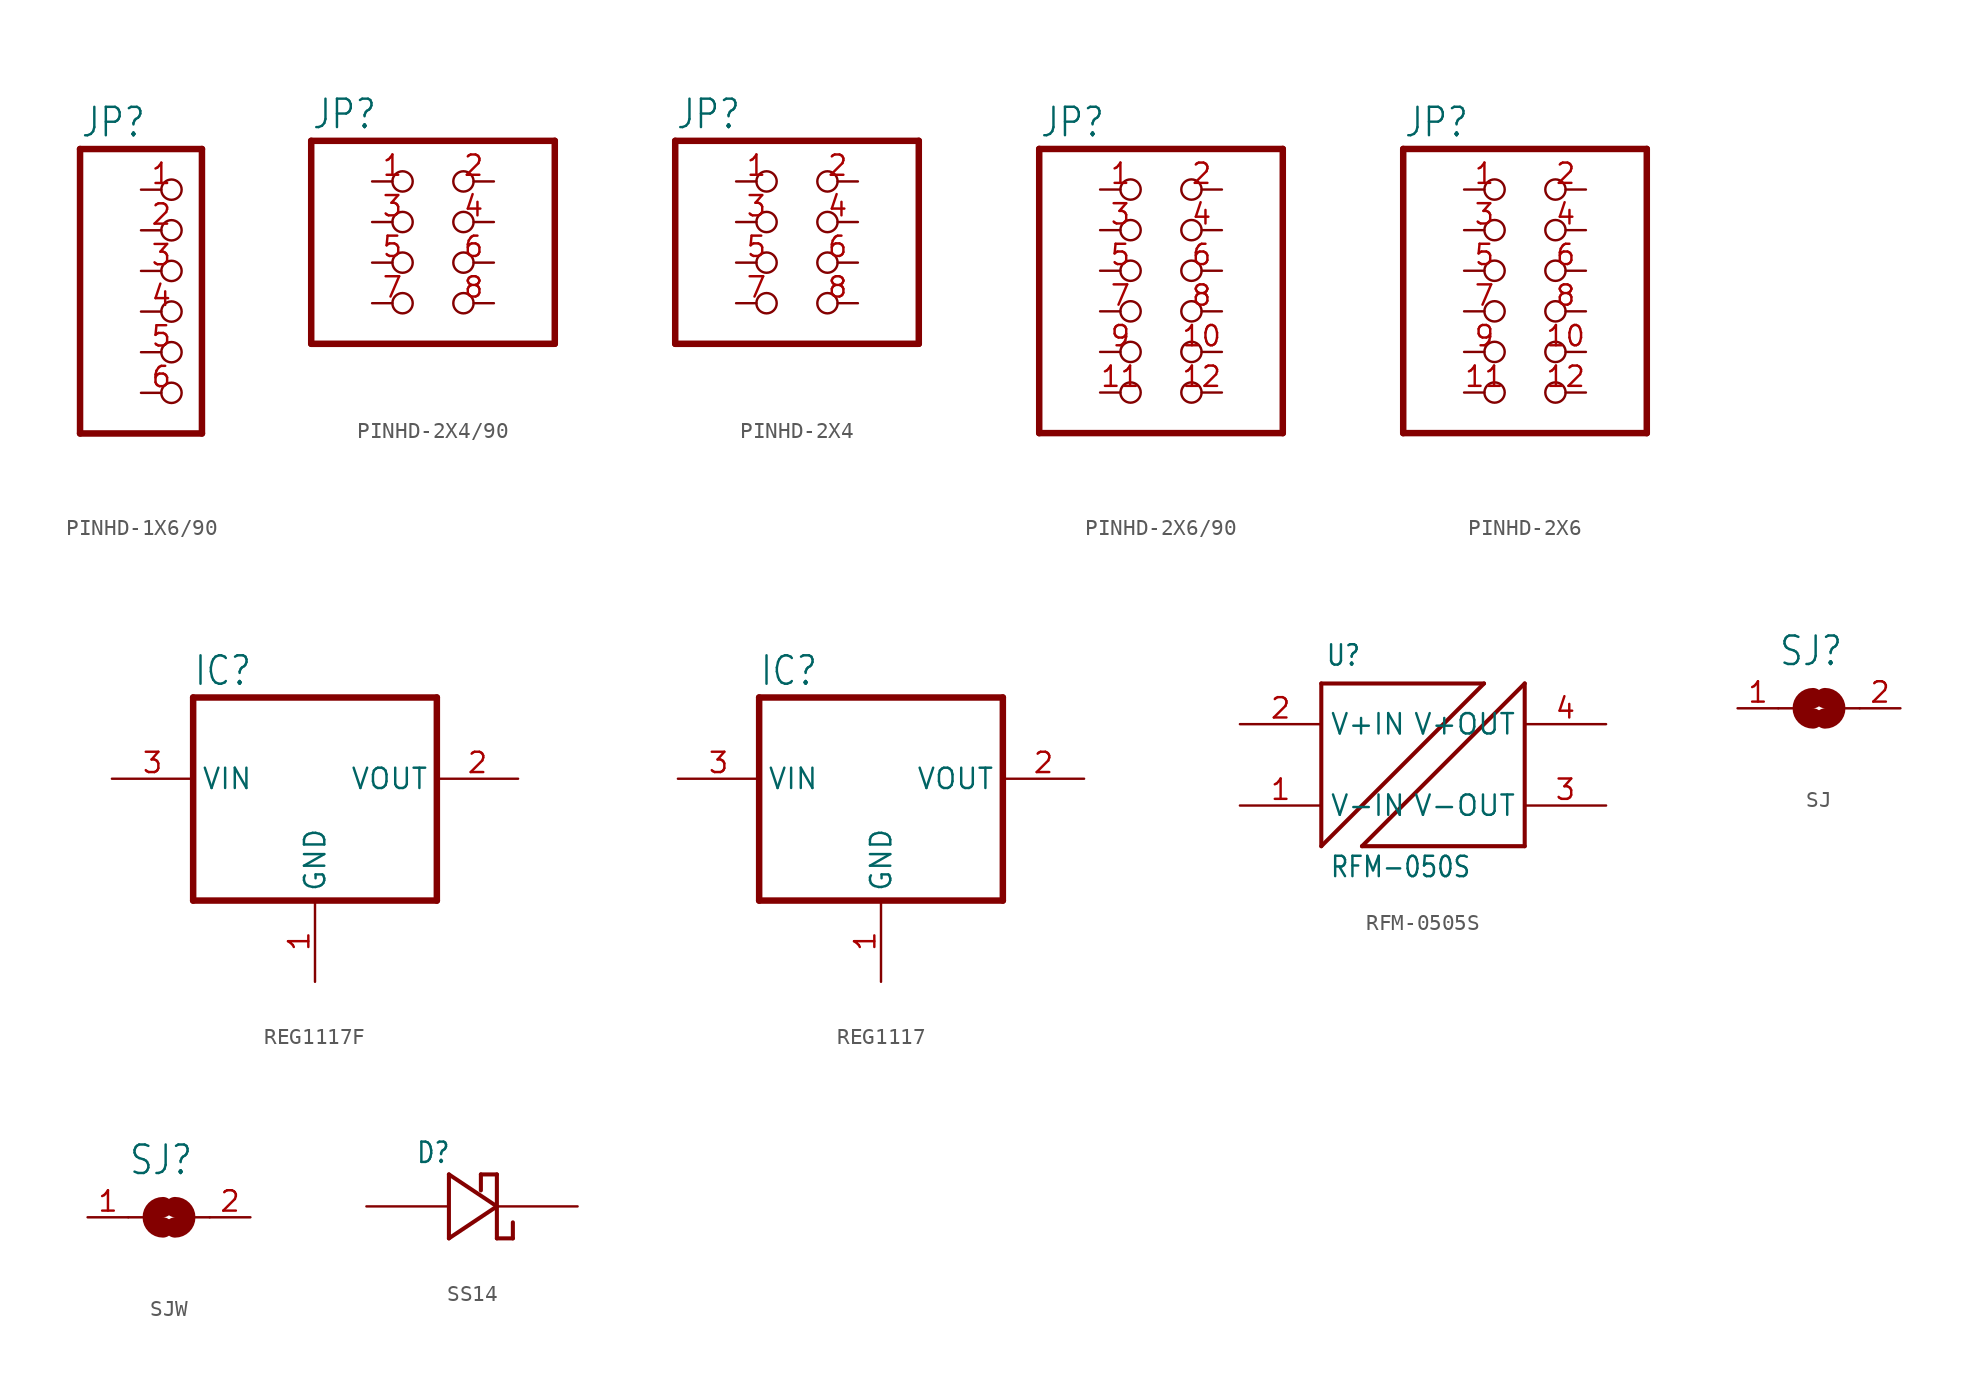
<source format=kicad_sym>
(kicad_symbol_lib
  (version 20241209)
  (generator "kicad_symbol_editor")
  (generator_version "9.0")
  (symbol "PINHD-1X6/90"
    (property "Reference" "JP"
      (at -6.35 10.795 0)
      (effects (font (size 1.778 1.511)) (justify left bottom)))
    (property "Value" ""
      (at -6.35 -10.16 0)
      (effects (font (size 1.778 1.511)) (justify left bottom)))
    (property "ki_locked" ""
      (at 0 0 0)
      (effects (font (size 1.27 1.27))))
    (symbol "PINHD-1X6/90_1_0"
      (polyline (pts (xy -6.35 10.16) (xy -6.35 -7.62)) (stroke (width 0.406) (type solid)) (fill (type none)))
      (polyline (pts (xy -6.35 -7.62) (xy 1.27 -7.62)) (stroke (width 0.406) (type solid)) (fill (type none)))
      (polyline (pts (xy 1.27 10.16) (xy -6.35 10.16)) (stroke (width 0.406) (type solid)) (fill (type none)))
      (polyline (pts (xy 1.27 -7.62) (xy 1.27 10.16)) (stroke (width 0.406) (type solid)) (fill (type none)))
      (pin passive inverted (at -2.54 7.62 0) (length 2.54) (name "1" (effects (font (size 0 0)))) (number "1" (effects (font (size 1.27 1.27)))))
      (pin passive inverted (at -2.54 5.08 0) (length 2.54) (name "2" (effects (font (size 0 0)))) (number "2" (effects (font (size 1.27 1.27)))))
      (pin passive inverted (at -2.54 2.54 0) (length 2.54) (name "3" (effects (font (size 0 0)))) (number "3" (effects (font (size 1.27 1.27)))))
      (pin passive inverted (at -2.54 0 0) (length 2.54) (name "4" (effects (font (size 0 0)))) (number "4" (effects (font (size 1.27 1.27)))))
      (pin passive inverted (at -2.54 -2.54 0) (length 2.54) (name "5" (effects (font (size 0 0)))) (number "5" (effects (font (size 1.27 1.27)))))
      (pin passive inverted (at -2.54 -5.08 0) (length 2.54) (name "6" (effects (font (size 0 0)))) (number "6" (effects (font (size 1.27 1.27)))))))
  (symbol "PINHD-2X4/90"
    (property "Reference" "JP"
      (at -6.35 8.255 0)
      (effects (font (size 1.778 1.511)) (justify left bottom)))
    (property "Value" ""
      (at -6.35 -7.62 0)
      (effects (font (size 1.778 1.511)) (justify left bottom)))
    (property "ki_locked" ""
      (at 0 0 0)
      (effects (font (size 1.27 1.27))))
    (symbol "PINHD-2X4/90_1_0"
      (polyline (pts (xy -6.35 7.62) (xy -6.35 -5.08)) (stroke (width 0.406) (type solid)) (fill (type none)))
      (polyline (pts (xy -6.35 -5.08) (xy 8.89 -5.08)) (stroke (width 0.406) (type solid)) (fill (type none)))
      (polyline (pts (xy 8.89 7.62) (xy -6.35 7.62)) (stroke (width 0.406) (type solid)) (fill (type none)))
      (polyline (pts (xy 8.89 -5.08) (xy 8.89 7.62)) (stroke (width 0.406) (type solid)) (fill (type none)))
      (pin passive inverted (at -2.54 5.08 0) (length 2.54) (name "1" (effects (font (size 0 0)))) (number "1" (effects (font (size 1.27 1.27)))))
      (pin passive inverted (at -2.54 2.54 0) (length 2.54) (name "3" (effects (font (size 0 0)))) (number "3" (effects (font (size 1.27 1.27)))))
      (pin passive inverted (at -2.54 0 0) (length 2.54) (name "5" (effects (font (size 0 0)))) (number "5" (effects (font (size 1.27 1.27)))))
      (pin passive inverted (at -2.54 -2.54 0) (length 2.54) (name "7" (effects (font (size 0 0)))) (number "7" (effects (font (size 1.27 1.27)))))
      (pin passive inverted (at 5.08 5.08 180) (length 2.54) (name "2" (effects (font (size 0 0)))) (number "2" (effects (font (size 1.27 1.27)))))
      (pin passive inverted (at 5.08 2.54 180) (length 2.54) (name "4" (effects (font (size 0 0)))) (number "4" (effects (font (size 1.27 1.27)))))
      (pin passive inverted (at 5.08 0 180) (length 2.54) (name "6" (effects (font (size 0 0)))) (number "6" (effects (font (size 1.27 1.27)))))
      (pin passive inverted (at 5.08 -2.54 180) (length 2.54) (name "8" (effects (font (size 0 0)))) (number "8" (effects (font (size 1.27 1.27)))))))
  (symbol "PINHD-2X4"
    (property "Reference" "JP"
      (at -6.35 8.255 0)
      (effects (font (size 1.778 1.511)) (justify left bottom)))
    (property "Value" ""
      (at -6.35 -7.62 0)
      (effects (font (size 1.778 1.511)) (justify left bottom)))
    (property "ki_locked" ""
      (at 0 0 0)
      (effects (font (size 1.27 1.27))))
    (symbol "PINHD-2X4_1_0"
      (polyline (pts (xy -6.35 7.62) (xy -6.35 -5.08)) (stroke (width 0.406) (type solid)) (fill (type none)))
      (polyline (pts (xy -6.35 -5.08) (xy 8.89 -5.08)) (stroke (width 0.406) (type solid)) (fill (type none)))
      (polyline (pts (xy 8.89 7.62) (xy -6.35 7.62)) (stroke (width 0.406) (type solid)) (fill (type none)))
      (polyline (pts (xy 8.89 -5.08) (xy 8.89 7.62)) (stroke (width 0.406) (type solid)) (fill (type none)))
      (pin passive inverted (at -2.54 5.08 0) (length 2.54) (name "1" (effects (font (size 0 0)))) (number "1" (effects (font (size 1.27 1.27)))))
      (pin passive inverted (at -2.54 2.54 0) (length 2.54) (name "3" (effects (font (size 0 0)))) (number "3" (effects (font (size 1.27 1.27)))))
      (pin passive inverted (at -2.54 0 0) (length 2.54) (name "5" (effects (font (size 0 0)))) (number "5" (effects (font (size 1.27 1.27)))))
      (pin passive inverted (at -2.54 -2.54 0) (length 2.54) (name "7" (effects (font (size 0 0)))) (number "7" (effects (font (size 1.27 1.27)))))
      (pin passive inverted (at 5.08 5.08 180) (length 2.54) (name "2" (effects (font (size 0 0)))) (number "2" (effects (font (size 1.27 1.27)))))
      (pin passive inverted (at 5.08 2.54 180) (length 2.54) (name "4" (effects (font (size 0 0)))) (number "4" (effects (font (size 1.27 1.27)))))
      (pin passive inverted (at 5.08 0 180) (length 2.54) (name "6" (effects (font (size 0 0)))) (number "6" (effects (font (size 1.27 1.27)))))
      (pin passive inverted (at 5.08 -2.54 180) (length 2.54) (name "8" (effects (font (size 0 0)))) (number "8" (effects (font (size 1.27 1.27)))))))
  (symbol "PINHD-2X6/90"
    (property "Reference" "JP"
      (at -6.35 8.255 0)
      (effects (font (size 1.778 1.511)) (justify left bottom)))
    (property "Value" ""
      (at -6.35 -12.7 0)
      (effects (font (size 1.778 1.511)) (justify left bottom)))
    (property "ki_locked" ""
      (at 0 0 0)
      (effects (font (size 1.27 1.27))))
    (symbol "PINHD-2X6/90_1_0"
      (polyline (pts (xy -6.35 7.62) (xy -6.35 -10.16)) (stroke (width 0.406) (type solid)) (fill (type none)))
      (polyline (pts (xy -6.35 -10.16) (xy 8.89 -10.16)) (stroke (width 0.406) (type solid)) (fill (type none)))
      (polyline (pts (xy 8.89 7.62) (xy -6.35 7.62)) (stroke (width 0.406) (type solid)) (fill (type none)))
      (polyline (pts (xy 8.89 -10.16) (xy 8.89 7.62)) (stroke (width 0.406) (type solid)) (fill (type none)))
      (pin passive inverted (at -2.54 5.08 0) (length 2.54) (name "1" (effects (font (size 0 0)))) (number "1" (effects (font (size 1.27 1.27)))))
      (pin passive inverted (at -2.54 2.54 0) (length 2.54) (name "3" (effects (font (size 0 0)))) (number "3" (effects (font (size 1.27 1.27)))))
      (pin passive inverted (at -2.54 0 0) (length 2.54) (name "5" (effects (font (size 0 0)))) (number "5" (effects (font (size 1.27 1.27)))))
      (pin passive inverted (at -2.54 -2.54 0) (length 2.54) (name "7" (effects (font (size 0 0)))) (number "7" (effects (font (size 1.27 1.27)))))
      (pin passive inverted (at -2.54 -5.08 0) (length 2.54) (name "9" (effects (font (size 0 0)))) (number "9" (effects (font (size 1.27 1.27)))))
      (pin passive inverted (at -2.54 -7.62 0) (length 2.54) (name "11" (effects (font (size 0 0)))) (number "11" (effects (font (size 1.27 1.27)))))
      (pin passive inverted (at 5.08 5.08 180) (length 2.54) (name "2" (effects (font (size 0 0)))) (number "2" (effects (font (size 1.27 1.27)))))
      (pin passive inverted (at 5.08 2.54 180) (length 2.54) (name "4" (effects (font (size 0 0)))) (number "4" (effects (font (size 1.27 1.27)))))
      (pin passive inverted (at 5.08 0 180) (length 2.54) (name "6" (effects (font (size 0 0)))) (number "6" (effects (font (size 1.27 1.27)))))
      (pin passive inverted (at 5.08 -2.54 180) (length 2.54) (name "8" (effects (font (size 0 0)))) (number "8" (effects (font (size 1.27 1.27)))))
      (pin passive inverted (at 5.08 -5.08 180) (length 2.54) (name "10" (effects (font (size 0 0)))) (number "10" (effects (font (size 1.27 1.27)))))
      (pin passive inverted (at 5.08 -7.62 180) (length 2.54) (name "12" (effects (font (size 0 0)))) (number "12" (effects (font (size 1.27 1.27)))))))
  (symbol "PINHD-2X6"
    (property "Reference" "JP"
      (at -6.35 8.255 0)
      (effects (font (size 1.778 1.511)) (justify left bottom)))
    (property "Value" ""
      (at -6.35 -12.7 0)
      (effects (font (size 1.778 1.511)) (justify left bottom)))
    (property "ki_locked" ""
      (at 0 0 0)
      (effects (font (size 1.27 1.27))))
    (symbol "PINHD-2X6_1_0"
      (polyline (pts (xy -6.35 7.62) (xy -6.35 -10.16)) (stroke (width 0.406) (type solid)) (fill (type none)))
      (polyline (pts (xy -6.35 -10.16) (xy 8.89 -10.16)) (stroke (width 0.406) (type solid)) (fill (type none)))
      (polyline (pts (xy 8.89 7.62) (xy -6.35 7.62)) (stroke (width 0.406) (type solid)) (fill (type none)))
      (polyline (pts (xy 8.89 -10.16) (xy 8.89 7.62)) (stroke (width 0.406) (type solid)) (fill (type none)))
      (pin passive inverted (at -2.54 5.08 0) (length 2.54) (name "1" (effects (font (size 0 0)))) (number "1" (effects (font (size 1.27 1.27)))))
      (pin passive inverted (at -2.54 2.54 0) (length 2.54) (name "3" (effects (font (size 0 0)))) (number "3" (effects (font (size 1.27 1.27)))))
      (pin passive inverted (at -2.54 0 0) (length 2.54) (name "5" (effects (font (size 0 0)))) (number "5" (effects (font (size 1.27 1.27)))))
      (pin passive inverted (at -2.54 -2.54 0) (length 2.54) (name "7" (effects (font (size 0 0)))) (number "7" (effects (font (size 1.27 1.27)))))
      (pin passive inverted (at -2.54 -5.08 0) (length 2.54) (name "9" (effects (font (size 0 0)))) (number "9" (effects (font (size 1.27 1.27)))))
      (pin passive inverted (at -2.54 -7.62 0) (length 2.54) (name "11" (effects (font (size 0 0)))) (number "11" (effects (font (size 1.27 1.27)))))
      (pin passive inverted (at 5.08 5.08 180) (length 2.54) (name "2" (effects (font (size 0 0)))) (number "2" (effects (font (size 1.27 1.27)))))
      (pin passive inverted (at 5.08 2.54 180) (length 2.54) (name "4" (effects (font (size 0 0)))) (number "4" (effects (font (size 1.27 1.27)))))
      (pin passive inverted (at 5.08 0 180) (length 2.54) (name "6" (effects (font (size 0 0)))) (number "6" (effects (font (size 1.27 1.27)))))
      (pin passive inverted (at 5.08 -2.54 180) (length 2.54) (name "8" (effects (font (size 0 0)))) (number "8" (effects (font (size 1.27 1.27)))))
      (pin passive inverted (at 5.08 -5.08 180) (length 2.54) (name "10" (effects (font (size 0 0)))) (number "10" (effects (font (size 1.27 1.27)))))
      (pin passive inverted (at 5.08 -7.62 180) (length 2.54) (name "12" (effects (font (size 0 0)))) (number "12" (effects (font (size 1.27 1.27)))))))
  (symbol "REG1117F"
    (property "Reference" "IC"
      (at -7.62 5.715 0)
      (effects (font (size 1.778 1.511)) (justify left bottom)))
    (property "Value" ""
      (at -5.08 2.54 0)
      (effects (font (size 1.778 1.511)) (justify left bottom)))
    (property "ki_locked" ""
      (at 0 0 0)
      (effects (font (size 1.27 1.27))))
    (symbol "REG1117F_1_0"
      (polyline (pts (xy -7.62 5.08) (xy -7.62 -7.62)) (stroke (width 0.406) (type solid)) (fill (type none)))
      (polyline (pts (xy -7.62 -7.62) (xy 7.62 -7.62)) (stroke (width 0.406) (type solid)) (fill (type none)))
      (polyline (pts (xy 7.62 5.08) (xy -7.62 5.08)) (stroke (width 0.406) (type solid)) (fill (type none)))
      (polyline (pts (xy 7.62 -7.62) (xy 7.62 5.08)) (stroke (width 0.406) (type solid)) (fill (type none)))
      (pin input line (at -12.7 0 0) (length 5.08) (name "VIN" (effects (font (size 1.27 1.27)))) (number "3" (effects (font (size 1.27 1.27)))))
      (pin power_in line (at 0 -12.7 90) (length 5.08) (name "GND" (effects (font (size 1.27 1.27)))) (number "1" (effects (font (size 1.27 1.27)))))
      (pin output line (at 12.7 0 180) (length 5.08) (name "VOUT" (effects (font (size 1.27 1.27)))) (number "2" (effects (font (size 1.27 1.27)))))))
  (symbol "REG1117"
    (property "Reference" "IC"
      (at -7.62 5.715 0)
      (effects (font (size 1.778 1.511)) (justify left bottom)))
    (property "Value" ""
      (at -5.08 2.54 0)
      (effects (font (size 1.778 1.511)) (justify left bottom)))
    (property "ki_locked" ""
      (at 0 0 0)
      (effects (font (size 1.27 1.27))))
    (symbol "REG1117_1_0"
      (polyline (pts (xy -7.62 5.08) (xy -7.62 -7.62)) (stroke (width 0.406) (type solid)) (fill (type none)))
      (polyline (pts (xy -7.62 -7.62) (xy 7.62 -7.62)) (stroke (width 0.406) (type solid)) (fill (type none)))
      (polyline (pts (xy 7.62 5.08) (xy -7.62 5.08)) (stroke (width 0.406) (type solid)) (fill (type none)))
      (polyline (pts (xy 7.62 -7.62) (xy 7.62 5.08)) (stroke (width 0.406) (type solid)) (fill (type none)))
      (pin input line (at -12.7 0 0) (length 5.08) (name "VIN" (effects (font (size 1.27 1.27)))) (number "3" (effects (font (size 1.27 1.27)))))
      (pin power_in line (at 0 -12.7 90) (length 5.08) (name "GND" (effects (font (size 1.27 1.27)))) (number "1" (effects (font (size 1.27 1.27)))))
      (pin output line (at 12.7 0 180) (length 5.08) (name "VOUT" (effects (font (size 1.27 1.27)))) (number "2" (effects (font (size 1.27 1.27)))))))
  (symbol "RFM-0505S"
    (property "Reference" "U"
      (at -4.826 6.096 0)
      (effects (font (size 1.27 1.079)) (justify left bottom)))
    (property "Value" "RFM-050S"
      (at -4.572 -7.112 0)
      (effects (font (size 1.27 1.079)) (justify left bottom)))
    (symbol "RFM-0505S_1_0"
      (polyline (pts (xy -5.08 5.08) (xy 5.08 5.08)) (stroke (width 0.254) (type solid)) (fill (type none)))
      (polyline (pts (xy -5.08 -5.08) (xy -5.08 5.08)) (stroke (width 0.254) (type solid)) (fill (type none)))
      (polyline (pts (xy -2.54 -5.08) (xy 7.62 -5.08)) (stroke (width 0.254) (type solid)) (fill (type none)))
      (polyline (pts (xy 5.08 5.08) (xy -5.08 -5.08)) (stroke (width 0.254) (type solid)) (fill (type none)))
      (polyline (pts (xy 7.62 5.08) (xy -2.54 -5.08)) (stroke (width 0.254) (type solid)) (fill (type none)))
      (polyline (pts (xy 7.62 -5.08) (xy 7.62 5.08)) (stroke (width 0.254) (type solid)) (fill (type none)))
      (pin bidirectional line (at -10.16 2.54 0) (length 5.08) (name "V+IN" (effects (font (size 1.27 1.27)))) (number "2" (effects (font (size 1.27 1.27)))))
      (pin bidirectional line (at -10.16 -2.54 0) (length 5.08) (name "V-IN" (effects (font (size 1.27 1.27)))) (number "1" (effects (font (size 1.27 1.27)))))
      (pin bidirectional line (at 12.7 2.54 180) (length 5.08) (name "V+OUT" (effects (font (size 1.27 1.27)))) (number "4" (effects (font (size 1.27 1.27)))))
      (pin bidirectional line (at 12.7 -2.54 180) (length 5.08) (name "V-OUT" (effects (font (size 1.27 1.27)))) (number "3" (effects (font (size 1.27 1.27)))))))
  (symbol "SJ"
    (property "Reference" "SJ"
      (at -2.54 2.54 0)
      (effects (font (size 1.778 1.511)) (justify left bottom)))
    (property "Value" ""
      (at -2.54 -3.81 0)
      (effects (font (size 1.778 1.511)) (justify left bottom)))
    (property "ki_locked" ""
      (at 0 0 0)
      (effects (font (size 1.27 1.27))))
    (symbol "SJ_1_0"
      (polyline (pts (xy -2.54 0) (xy -1.651 0)) (stroke (width 0.152) (type solid)) (fill (type none)))
      (arc (start -0.381 -0.635) (mid -1.0159 0.0001) (end -0.3808 0.635) (stroke (width 1.27) (type solid)) (fill (type none)))
      (arc (start 0.381 0.635) (mid 1.0159 -0.0001) (end 0.3808 -0.635) (stroke (width 1.27) (type solid)) (fill (type none)))
      (polyline (pts (xy 2.54 0) (xy 1.651 0)) (stroke (width 0.152) (type solid)) (fill (type none)))
      (pin passive line (at -5.08 0 0) (length 2.54) (name "1" (effects (font (size 0 0)))) (number "1" (effects (font (size 1.27 1.27)))))
      (pin passive line (at 5.08 0 180) (length 2.54) (name "2" (effects (font (size 0 0)))) (number "2" (effects (font (size 1.27 1.27)))))))
  (symbol "SJW"
    (property "Reference" "SJ"
      (at -2.54 2.54 0)
      (effects (font (size 1.778 1.511)) (justify left bottom)))
    (property "Value" ""
      (at -2.54 -3.81 0)
      (effects (font (size 1.778 1.511)) (justify left bottom)))
    (property "ki_locked" ""
      (at 0 0 0)
      (effects (font (size 1.27 1.27))))
    (symbol "SJW_1_0"
      (polyline (pts (xy -2.54 0) (xy -1.651 0)) (stroke (width 0.152) (type solid)) (fill (type none)))
      (arc (start -0.381 -0.635) (mid -1.0159 0.0001) (end -0.3808 0.635) (stroke (width 1.27) (type solid)) (fill (type none)))
      (arc (start 0.381 0.635) (mid 1.0159 -0.0001) (end 0.3808 -0.635) (stroke (width 1.27) (type solid)) (fill (type none)))
      (polyline (pts (xy 2.54 0) (xy 1.651 0)) (stroke (width 0.152) (type solid)) (fill (type none)))
      (pin passive line (at -5.08 0 0) (length 2.54) (name "1" (effects (font (size 0 0)))) (number "1" (effects (font (size 1.27 1.27)))))
      (pin passive line (at 5.08 0 180) (length 2.54) (name "2" (effects (font (size 0 0)))) (number "2" (effects (font (size 1.27 1.27)))))))
  (symbol "SS14"
    (property "Reference" "D"
      (at -7.08 2.62 0)
      (effects (font (size 1.27 1.079)) (justify left bottom)))
    (property "Value" ""
      (at -7.08 -3.62 0)
      (effects (font (size 1.27 1.079)) (justify left bottom)))
    (property "ki_locked" ""
      (at 0 0 0)
      (effects (font (size 1.27 1.27))))
    (symbol "SS14_1_0"
      (polyline (pts (xy -5 2) (xy -2 0)) (stroke (width 0.254) (type solid)) (fill (type none)))
      (polyline (pts (xy -5 -2) (xy -5 2)) (stroke (width 0.254) (type solid)) (fill (type none)))
      (polyline (pts (xy -3 2) (xy -3 1)) (stroke (width 0.254) (type solid)) (fill (type none)))
      (polyline (pts (xy -2 2) (xy -3 2)) (stroke (width 0.254) (type solid)) (fill (type none)))
      (polyline (pts (xy -2 2) (xy -2 -2)) (stroke (width 0.254) (type solid)) (fill (type none)))
      (polyline (pts (xy -2 0) (xy -5 -2)) (stroke (width 0.254) (type solid)) (fill (type none)))
      (polyline (pts (xy -2 -2) (xy -1 -2)) (stroke (width 0.254) (type solid)) (fill (type none)))
      (polyline (pts (xy -1 -2) (xy -1 -1)) (stroke (width 0.254) (type solid)) (fill (type none)))
      (pin bidirectional line (at -10.16 0 0) (length 5.08) (name "A" (effects (font (size 0 0)))) (number "A" (effects (font (size 0 0)))))
      (pin bidirectional line (at 3.048 0 180) (length 5.08) (name "K" (effects (font (size 0 0)))) (number "K" (effects (font (size 0 0))))))))
</source>
